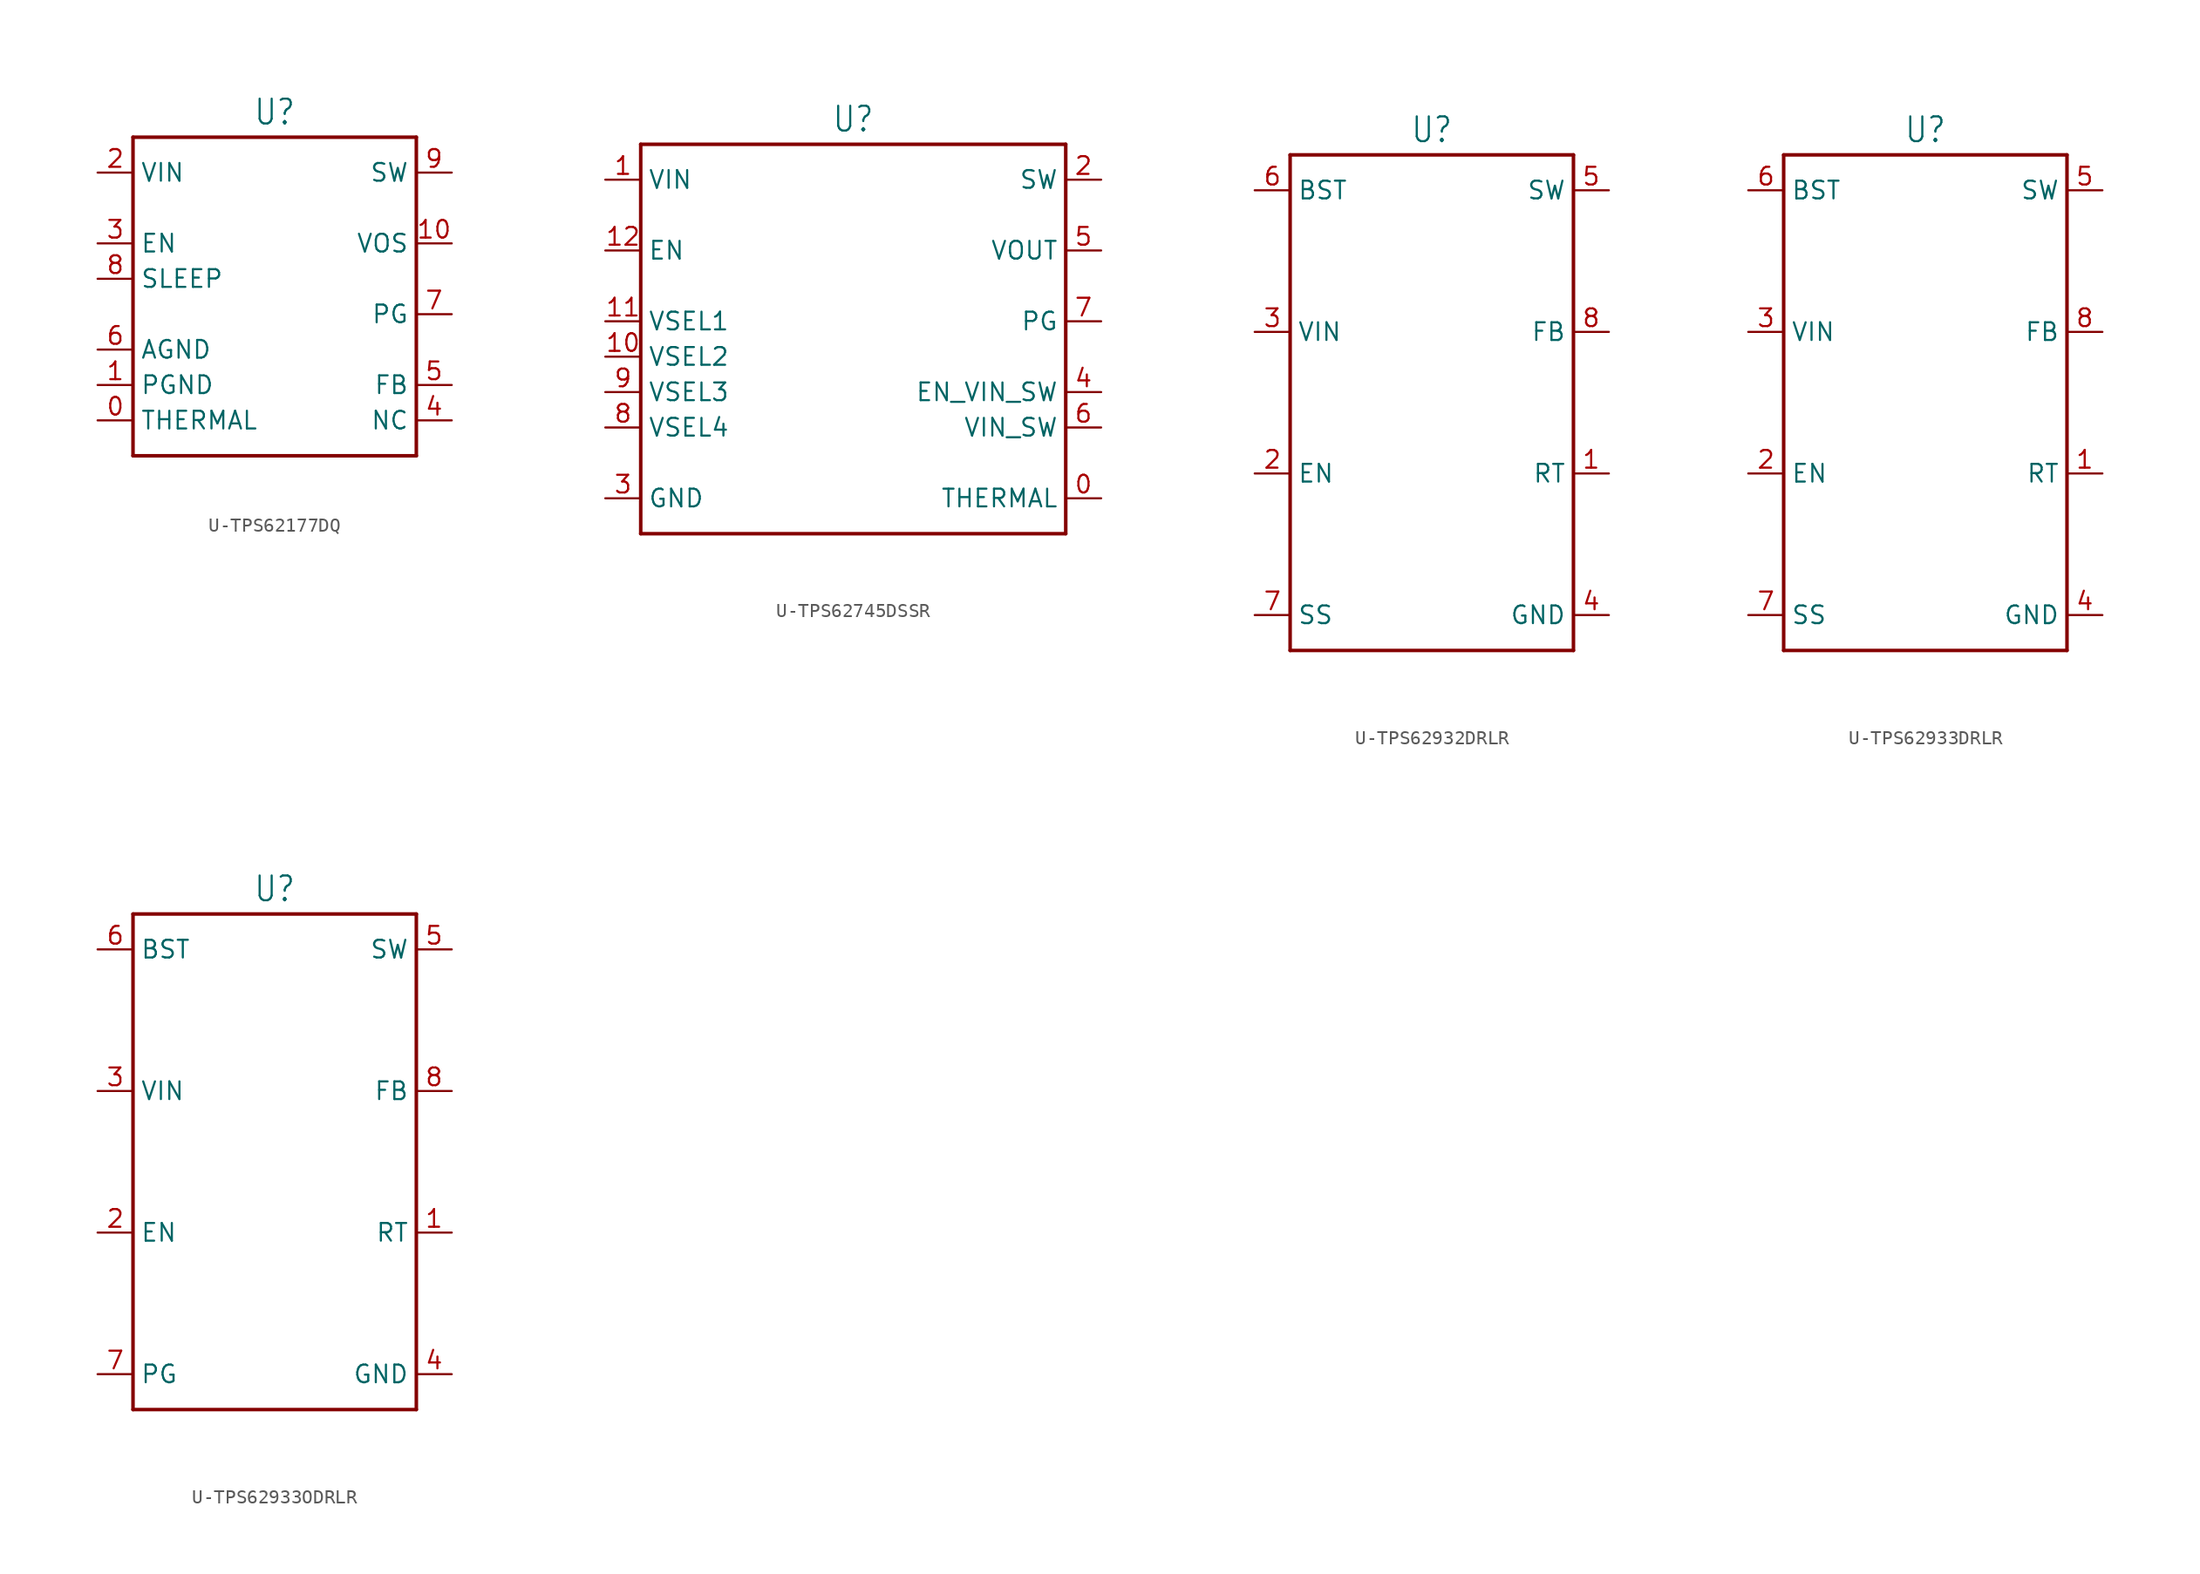
<source format=kicad_sym>
(kicad_symbol_lib
  (version 20231120)
  (generator "kicad_symbol_editor")
  (generator_version "8.0")
  (symbol "U-TPS62177DQ"
    (property "Reference" "U"
      (at 0 10.922 0)
      (effects (font (size 1.778 1.511)) (justify bottom)))
    (property "Value" ""
      (at 0 -13.462 0)
      (effects (font (size 1.778 1.511)) (justify top)))
    (property "ki_locked" ""
      (at 0 0 0)
      (effects (font (size 1.27 1.27))))
    (symbol "U-TPS62177DQ_1_0"
      (polyline (pts (xy -10.16 -12.7) (xy -10.16 10.16)) (stroke (width 0.254) (type solid)) (fill (type none)))
      (polyline (pts (xy -10.16 10.16) (xy 10.16 10.16)) (stroke (width 0.254) (type solid)) (fill (type none)))
      (polyline (pts (xy 10.16 -12.7) (xy -10.16 -12.7)) (stroke (width 0.254) (type solid)) (fill (type none)))
      (polyline (pts (xy 10.16 10.16) (xy 10.16 -12.7)) (stroke (width 0.254) (type solid)) (fill (type none)))
      (pin passive line (at -12.7 -10.16 0) (length 2.54) (name "THERMAL" (effects (font (size 1.27 1.27)))) (number "0" (effects (font (size 1.27 1.27)))))
      (pin passive line (at -12.7 -7.62 0) (length 2.54) (name "PGND" (effects (font (size 1.27 1.27)))) (number "1" (effects (font (size 1.27 1.27)))))
      (pin passive line (at 12.7 2.54 180) (length 2.54) (name "VOS" (effects (font (size 1.27 1.27)))) (number "10" (effects (font (size 1.27 1.27)))))
      (pin passive line (at -12.7 7.62 0) (length 2.54) (name "VIN" (effects (font (size 1.27 1.27)))) (number "2" (effects (font (size 1.27 1.27)))))
      (pin passive line (at -12.7 2.54 0) (length 2.54) (name "EN" (effects (font (size 1.27 1.27)))) (number "3" (effects (font (size 1.27 1.27)))))
      (pin passive line (at 12.7 -10.16 180) (length 2.54) (name "NC" (effects (font (size 1.27 1.27)))) (number "4" (effects (font (size 1.27 1.27)))))
      (pin passive line (at 12.7 -7.62 180) (length 2.54) (name "FB" (effects (font (size 1.27 1.27)))) (number "5" (effects (font (size 1.27 1.27)))))
      (pin passive line (at -12.7 -5.08 0) (length 2.54) (name "AGND" (effects (font (size 1.27 1.27)))) (number "6" (effects (font (size 1.27 1.27)))))
      (pin passive line (at 12.7 -2.54 180) (length 2.54) (name "PG" (effects (font (size 1.27 1.27)))) (number "7" (effects (font (size 1.27 1.27)))))
      (pin passive line (at -12.7 0 0) (length 2.54) (name "SLEEP" (effects (font (size 1.27 1.27)))) (number "8" (effects (font (size 1.27 1.27)))))
      (pin passive line (at 12.7 7.62 180) (length 2.54) (name "SW" (effects (font (size 1.27 1.27)))) (number "9" (effects (font (size 1.27 1.27)))))))
  (symbol "U-TPS62745DSSR"
    (property "Reference" "U"
      (at 0 13.462 0)
      (effects (font (size 1.778 1.511)) (justify bottom)))
    (property "Value" ""
      (at 0 -16.002 0)
      (effects (font (size 1.778 1.511)) (justify top)))
    (property "ki_locked" ""
      (at 0 0 0)
      (effects (font (size 1.27 1.27))))
    (symbol "U-TPS62745DSSR_1_0"
      (polyline (pts (xy -15.24 -15.24) (xy -15.24 12.7)) (stroke (width 0.254) (type solid)) (fill (type none)))
      (polyline (pts (xy -15.24 12.7) (xy 15.24 12.7)) (stroke (width 0.254) (type solid)) (fill (type none)))
      (polyline (pts (xy 15.24 -15.24) (xy -15.24 -15.24)) (stroke (width 0.254) (type solid)) (fill (type none)))
      (polyline (pts (xy 15.24 12.7) (xy 15.24 -15.24)) (stroke (width 0.254) (type solid)) (fill (type none)))
      (pin passive line (at 17.78 -12.7 180) (length 2.54) (name "THERMAL" (effects (font (size 1.27 1.27)))) (number "0" (effects (font (size 1.27 1.27)))))
      (pin passive line (at -17.78 10.16 0) (length 2.54) (name "VIN" (effects (font (size 1.27 1.27)))) (number "1" (effects (font (size 1.27 1.27)))))
      (pin passive line (at -17.78 -2.54 0) (length 2.54) (name "VSEL2" (effects (font (size 1.27 1.27)))) (number "10" (effects (font (size 1.27 1.27)))))
      (pin passive line (at -17.78 0 0) (length 2.54) (name "VSEL1" (effects (font (size 1.27 1.27)))) (number "11" (effects (font (size 1.27 1.27)))))
      (pin passive line (at -17.78 5.08 0) (length 2.54) (name "EN" (effects (font (size 1.27 1.27)))) (number "12" (effects (font (size 1.27 1.27)))))
      (pin passive line (at 17.78 10.16 180) (length 2.54) (name "SW" (effects (font (size 1.27 1.27)))) (number "2" (effects (font (size 1.27 1.27)))))
      (pin passive line (at -17.78 -12.7 0) (length 2.54) (name "GND" (effects (font (size 1.27 1.27)))) (number "3" (effects (font (size 1.27 1.27)))))
      (pin passive line (at 17.78 -5.08 180) (length 2.54) (name "EN_VIN_SW" (effects (font (size 1.27 1.27)))) (number "4" (effects (font (size 1.27 1.27)))))
      (pin passive line (at 17.78 5.08 180) (length 2.54) (name "VOUT" (effects (font (size 1.27 1.27)))) (number "5" (effects (font (size 1.27 1.27)))))
      (pin passive line (at 17.78 -7.62 180) (length 2.54) (name "VIN_SW" (effects (font (size 1.27 1.27)))) (number "6" (effects (font (size 1.27 1.27)))))
      (pin passive line (at 17.78 0 180) (length 2.54) (name "PG" (effects (font (size 1.27 1.27)))) (number "7" (effects (font (size 1.27 1.27)))))
      (pin passive line (at -17.78 -7.62 0) (length 2.54) (name "VSEL4" (effects (font (size 1.27 1.27)))) (number "8" (effects (font (size 1.27 1.27)))))
      (pin passive line (at -17.78 -5.08 0) (length 2.54) (name "VSEL3" (effects (font (size 1.27 1.27)))) (number "9" (effects (font (size 1.27 1.27)))))))
  (symbol "U-TPS62932DRLR"
    (property "Reference" "U"
      (at 0 18.542 0)
      (effects (font (size 1.778 1.511)) (justify bottom)))
    (property "Value" ""
      (at 0 -18.542 0)
      (effects (font (size 1.778 1.511)) (justify top)))
    (property "ki_locked" ""
      (at 0 0 0)
      (effects (font (size 1.27 1.27))))
    (symbol "U-TPS62932DRLR_1_0"
      (polyline (pts (xy -10.16 -17.78) (xy 10.16 -17.78)) (stroke (width 0.254) (type solid)) (fill (type none)))
      (polyline (pts (xy -10.16 17.78) (xy -10.16 -17.78)) (stroke (width 0.254) (type solid)) (fill (type none)))
      (polyline (pts (xy 10.16 -17.78) (xy 10.16 17.78)) (stroke (width 0.254) (type solid)) (fill (type none)))
      (polyline (pts (xy 10.16 17.78) (xy -10.16 17.78)) (stroke (width 0.254) (type solid)) (fill (type none)))
      (pin passive line (at 12.7 -5.08 180) (length 2.54) (name "RT" (effects (font (size 1.27 1.27)))) (number "1" (effects (font (size 1.27 1.27)))))
      (pin passive line (at -12.7 -5.08 0) (length 2.54) (name "EN" (effects (font (size 1.27 1.27)))) (number "2" (effects (font (size 1.27 1.27)))))
      (pin passive line (at -12.7 5.08 0) (length 2.54) (name "VIN" (effects (font (size 1.27 1.27)))) (number "3" (effects (font (size 1.27 1.27)))))
      (pin passive line (at 12.7 -15.24 180) (length 2.54) (name "GND" (effects (font (size 1.27 1.27)))) (number "4" (effects (font (size 1.27 1.27)))))
      (pin passive line (at 12.7 15.24 180) (length 2.54) (name "SW" (effects (font (size 1.27 1.27)))) (number "5" (effects (font (size 1.27 1.27)))))
      (pin passive line (at -12.7 15.24 0) (length 2.54) (name "BST" (effects (font (size 1.27 1.27)))) (number "6" (effects (font (size 1.27 1.27)))))
      (pin passive line (at -12.7 -15.24 0) (length 2.54) (name "SS" (effects (font (size 1.27 1.27)))) (number "7" (effects (font (size 1.27 1.27)))))
      (pin passive line (at 12.7 5.08 180) (length 2.54) (name "FB" (effects (font (size 1.27 1.27)))) (number "8" (effects (font (size 1.27 1.27)))))))
  (symbol "U-TPS62933DRLR"
    (property "Reference" "U"
      (at 0 18.542 0)
      (effects (font (size 1.778 1.511)) (justify bottom)))
    (property "Value" ""
      (at 0 -18.542 0)
      (effects (font (size 1.778 1.511)) (justify top)))
    (property "ki_locked" ""
      (at 0 0 0)
      (effects (font (size 1.27 1.27))))
    (symbol "U-TPS62933DRLR_1_0"
      (polyline (pts (xy -10.16 -17.78) (xy 10.16 -17.78)) (stroke (width 0.254) (type solid)) (fill (type none)))
      (polyline (pts (xy -10.16 17.78) (xy -10.16 -17.78)) (stroke (width 0.254) (type solid)) (fill (type none)))
      (polyline (pts (xy 10.16 -17.78) (xy 10.16 17.78)) (stroke (width 0.254) (type solid)) (fill (type none)))
      (polyline (pts (xy 10.16 17.78) (xy -10.16 17.78)) (stroke (width 0.254) (type solid)) (fill (type none)))
      (pin passive line (at 12.7 -5.08 180) (length 2.54) (name "RT" (effects (font (size 1.27 1.27)))) (number "1" (effects (font (size 1.27 1.27)))))
      (pin passive line (at -12.7 -5.08 0) (length 2.54) (name "EN" (effects (font (size 1.27 1.27)))) (number "2" (effects (font (size 1.27 1.27)))))
      (pin passive line (at -12.7 5.08 0) (length 2.54) (name "VIN" (effects (font (size 1.27 1.27)))) (number "3" (effects (font (size 1.27 1.27)))))
      (pin passive line (at 12.7 -15.24 180) (length 2.54) (name "GND" (effects (font (size 1.27 1.27)))) (number "4" (effects (font (size 1.27 1.27)))))
      (pin passive line (at 12.7 15.24 180) (length 2.54) (name "SW" (effects (font (size 1.27 1.27)))) (number "5" (effects (font (size 1.27 1.27)))))
      (pin passive line (at -12.7 15.24 0) (length 2.54) (name "BST" (effects (font (size 1.27 1.27)))) (number "6" (effects (font (size 1.27 1.27)))))
      (pin passive line (at -12.7 -15.24 0) (length 2.54) (name "SS" (effects (font (size 1.27 1.27)))) (number "7" (effects (font (size 1.27 1.27)))))
      (pin passive line (at 12.7 5.08 180) (length 2.54) (name "FB" (effects (font (size 1.27 1.27)))) (number "8" (effects (font (size 1.27 1.27)))))))
  (symbol "U-TPS62933ODRLR"
    (property "Reference" "U"
      (at 0 18.542 0)
      (effects (font (size 1.778 1.511)) (justify bottom)))
    (property "Value" ""
      (at 0 -18.542 0)
      (effects (font (size 1.778 1.511)) (justify top)))
    (property "ki_locked" ""
      (at 0 0 0)
      (effects (font (size 1.27 1.27))))
    (symbol "U-TPS62933ODRLR_1_0"
      (polyline (pts (xy -10.16 -17.78) (xy 10.16 -17.78)) (stroke (width 0.254) (type solid)) (fill (type none)))
      (polyline (pts (xy -10.16 17.78) (xy -10.16 -17.78)) (stroke (width 0.254) (type solid)) (fill (type none)))
      (polyline (pts (xy 10.16 -17.78) (xy 10.16 17.78)) (stroke (width 0.254) (type solid)) (fill (type none)))
      (polyline (pts (xy 10.16 17.78) (xy -10.16 17.78)) (stroke (width 0.254) (type solid)) (fill (type none)))
      (pin passive line (at 12.7 -5.08 180) (length 2.54) (name "RT" (effects (font (size 1.27 1.27)))) (number "1" (effects (font (size 1.27 1.27)))))
      (pin passive line (at -12.7 -5.08 0) (length 2.54) (name "EN" (effects (font (size 1.27 1.27)))) (number "2" (effects (font (size 1.27 1.27)))))
      (pin passive line (at -12.7 5.08 0) (length 2.54) (name "VIN" (effects (font (size 1.27 1.27)))) (number "3" (effects (font (size 1.27 1.27)))))
      (pin passive line (at 12.7 -15.24 180) (length 2.54) (name "GND" (effects (font (size 1.27 1.27)))) (number "4" (effects (font (size 1.27 1.27)))))
      (pin passive line (at 12.7 15.24 180) (length 2.54) (name "SW" (effects (font (size 1.27 1.27)))) (number "5" (effects (font (size 1.27 1.27)))))
      (pin passive line (at -12.7 15.24 0) (length 2.54) (name "BST" (effects (font (size 1.27 1.27)))) (number "6" (effects (font (size 1.27 1.27)))))
      (pin passive line (at -12.7 -15.24 0) (length 2.54) (name "PG" (effects (font (size 1.27 1.27)))) (number "7" (effects (font (size 1.27 1.27)))))
      (pin passive line (at 12.7 5.08 180) (length 2.54) (name "FB" (effects (font (size 1.27 1.27)))) (number "8" (effects (font (size 1.27 1.27))))))))
</source>
